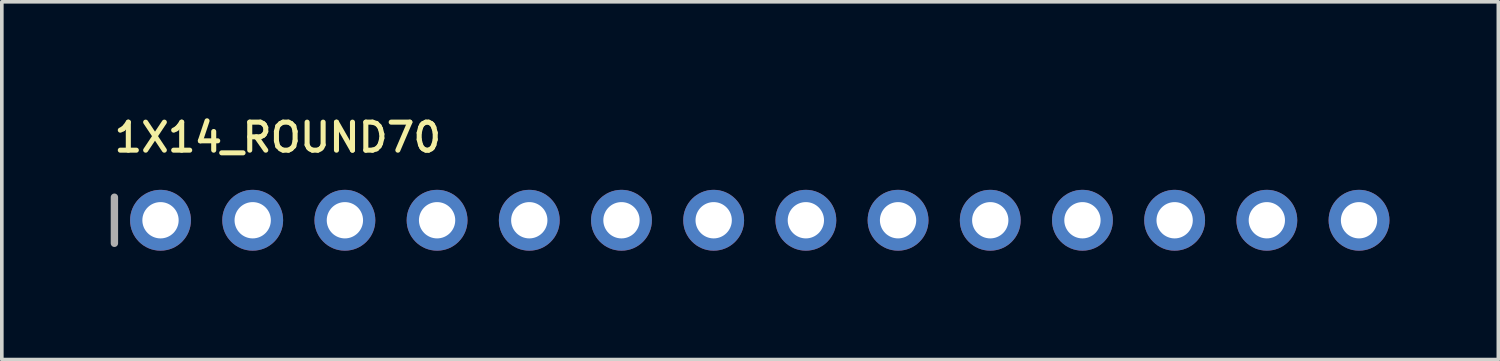
<source format=kicad_pcb>
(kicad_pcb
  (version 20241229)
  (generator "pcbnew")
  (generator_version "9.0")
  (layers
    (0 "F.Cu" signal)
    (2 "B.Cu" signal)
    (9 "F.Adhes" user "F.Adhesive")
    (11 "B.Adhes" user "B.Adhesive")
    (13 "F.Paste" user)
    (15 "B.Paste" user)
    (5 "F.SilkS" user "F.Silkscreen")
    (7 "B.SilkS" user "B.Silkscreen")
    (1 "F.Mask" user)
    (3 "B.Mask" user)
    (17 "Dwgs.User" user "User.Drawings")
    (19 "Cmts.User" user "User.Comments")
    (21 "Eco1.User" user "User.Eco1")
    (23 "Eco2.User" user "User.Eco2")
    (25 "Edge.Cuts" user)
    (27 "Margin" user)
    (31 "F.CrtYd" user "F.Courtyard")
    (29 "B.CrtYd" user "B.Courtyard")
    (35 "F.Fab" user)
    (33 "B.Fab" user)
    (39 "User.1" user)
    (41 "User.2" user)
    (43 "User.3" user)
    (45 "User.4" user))
  (footprint "1X14_ROUND70"
    (layer "F.Cu")
    (at 17.882 3.018)
    (property "Reference" "1X14_ROUND70" (at -17.856 -1.829 180) (layer "F.SilkS") (effects (font (size 0.772 0.772) (thickness 0.139)) (justify left bottom)))
    (attr through_hole)
    (fp_line (start -17.78 -0.635) (end -17.78 0.635) (stroke (width 0.203) (type solid)) (layer "F.Fab"))
    (fp_poly (pts (xy -16.764 0.254) (xy -16.256 0.254) (xy -16.256 -0.254) (xy -16.764 -0.254)) (stroke (width 0.1) (type solid)) (fill no) (layer "F.Fab"))
    (fp_poly (pts (xy -14.224 0.254) (xy -13.716 0.254) (xy -13.716 -0.254) (xy -14.224 -0.254)) (stroke (width 0.1) (type solid)) (fill no) (layer "F.Fab"))
    (fp_poly (pts (xy -11.684 0.254) (xy -11.176 0.254) (xy -11.176 -0.254) (xy -11.684 -0.254)) (stroke (width 0.1) (type solid)) (fill no) (layer "F.Fab"))
    (fp_poly (pts (xy -9.144 0.254) (xy -8.636 0.254) (xy -8.636 -0.254) (xy -9.144 -0.254)) (stroke (width 0.1) (type solid)) (fill no) (layer "F.Fab"))
    (fp_poly (pts (xy -6.604 0.254) (xy -6.096 0.254) (xy -6.096 -0.254) (xy -6.604 -0.254)) (stroke (width 0.1) (type solid)) (fill no) (layer "F.Fab"))
    (fp_poly (pts (xy -4.064 0.254) (xy -3.556 0.254) (xy -3.556 -0.254) (xy -4.064 -0.254)) (stroke (width 0.1) (type solid)) (fill no) (layer "F.Fab"))
    (fp_poly (pts (xy -1.524 0.254) (xy -1.016 0.254) (xy -1.016 -0.254) (xy -1.524 -0.254)) (stroke (width 0.1) (type solid)) (fill no) (layer "F.Fab"))
    (fp_poly (pts (xy 1.016 0.254) (xy 1.524 0.254) (xy 1.524 -0.254) (xy 1.016 -0.254)) (stroke (width 0.1) (type solid)) (fill no) (layer "F.Fab"))
    (fp_poly (pts (xy 3.556 0.254) (xy 4.064 0.254) (xy 4.064 -0.254) (xy 3.556 -0.254)) (stroke (width 0.1) (type solid)) (fill no) (layer "F.Fab"))
    (fp_poly (pts (xy 6.096 0.254) (xy 6.604 0.254) (xy 6.604 -0.254) (xy 6.096 -0.254)) (stroke (width 0.1) (type solid)) (fill no) (layer "F.Fab"))
    (fp_poly (pts (xy 8.636 0.254) (xy 9.144 0.254) (xy 9.144 -0.254) (xy 8.636 -0.254)) (stroke (width 0.1) (type solid)) (fill no) (layer "F.Fab"))
    (fp_poly (pts (xy 11.176 0.254) (xy 11.684 0.254) (xy 11.684 -0.254) (xy 11.176 -0.254)) (stroke (width 0.1) (type solid)) (fill no) (layer "F.Fab"))
    (fp_poly (pts (xy 13.716 0.254) (xy 14.224 0.254) (xy 14.224 -0.254) (xy 13.716 -0.254)) (stroke (width 0.1) (type solid)) (fill no) (layer "F.Fab"))
    (fp_poly (pts (xy 16.256 0.254) (xy 16.764 0.254) (xy 16.764 -0.254) (xy 16.256 -0.254)) (stroke (width 0.1) (type solid)) (fill no) (layer "F.Fab"))
    (pad "1" thru_hole circle (at -16.51 0 90) (size 1.676 1.676) (drill 1) (layers "*.Cu" "*.Mask"))
    (pad "2" thru_hole circle (at -13.97 0 90) (size 1.676 1.676) (drill 1) (layers "*.Cu" "*.Mask"))
    (pad "3" thru_hole circle (at -11.43 0 90) (size 1.676 1.676) (drill 1) (layers "*.Cu" "*.Mask"))
    (pad "4" thru_hole circle (at -8.89 0 90) (size 1.676 1.676) (drill 1) (layers "*.Cu" "*.Mask"))
    (pad "5" thru_hole circle (at -6.35 0 90) (size 1.676 1.676) (drill 1) (layers "*.Cu" "*.Mask"))
    (pad "6" thru_hole circle (at -3.81 0 90) (size 1.676 1.676) (drill 1) (layers "*.Cu" "*.Mask"))
    (pad "7" thru_hole circle (at -1.27 0 90) (size 1.676 1.676) (drill 1) (layers "*.Cu" "*.Mask"))
    (pad "8" thru_hole circle (at 1.27 0 90) (size 1.676 1.676) (drill 1) (layers "*.Cu" "*.Mask"))
    (pad "9" thru_hole circle (at 3.81 0 90) (size 1.676 1.676) (drill 1) (layers "*.Cu" "*.Mask"))
    (pad "10" thru_hole circle (at 6.35 0 90) (size 1.676 1.676) (drill 1) (layers "*.Cu" "*.Mask"))
    (pad "11" thru_hole circle (at 8.89 0 90) (size 1.676 1.676) (drill 1) (layers "*.Cu" "*.Mask"))
    (pad "12" thru_hole circle (at 11.43 0 90) (size 1.676 1.676) (drill 1) (layers "*.Cu" "*.Mask"))
    (pad "13" thru_hole circle (at 13.97 0 90) (size 1.676 1.676) (drill 1) (layers "*.Cu" "*.Mask"))
    (pad "14" thru_hole circle (at 16.51 0 90) (size 1.676 1.676) (drill 1) (layers "*.Cu" "*.Mask")))
  (gr_rect
    (start -3 -3)
    (end 38.23 6.856)
    (stroke (width 0.1) (type default))
    (fill no)
    (layer "Edge.Cuts")))
</source>
